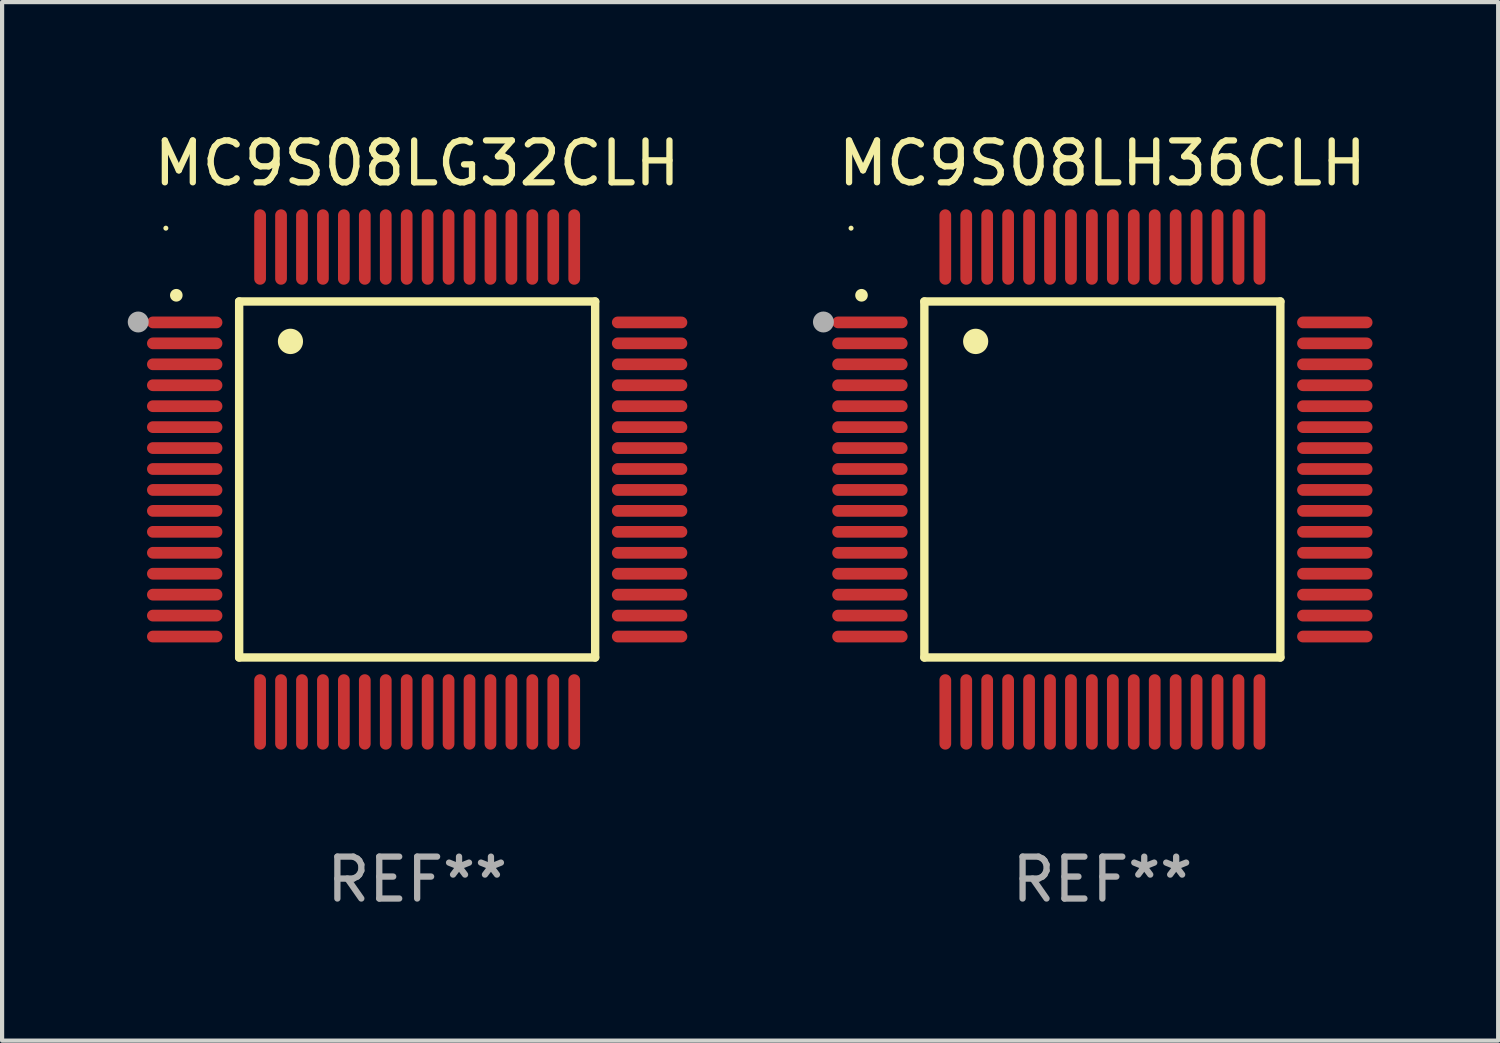
<source format=kicad_pcb>
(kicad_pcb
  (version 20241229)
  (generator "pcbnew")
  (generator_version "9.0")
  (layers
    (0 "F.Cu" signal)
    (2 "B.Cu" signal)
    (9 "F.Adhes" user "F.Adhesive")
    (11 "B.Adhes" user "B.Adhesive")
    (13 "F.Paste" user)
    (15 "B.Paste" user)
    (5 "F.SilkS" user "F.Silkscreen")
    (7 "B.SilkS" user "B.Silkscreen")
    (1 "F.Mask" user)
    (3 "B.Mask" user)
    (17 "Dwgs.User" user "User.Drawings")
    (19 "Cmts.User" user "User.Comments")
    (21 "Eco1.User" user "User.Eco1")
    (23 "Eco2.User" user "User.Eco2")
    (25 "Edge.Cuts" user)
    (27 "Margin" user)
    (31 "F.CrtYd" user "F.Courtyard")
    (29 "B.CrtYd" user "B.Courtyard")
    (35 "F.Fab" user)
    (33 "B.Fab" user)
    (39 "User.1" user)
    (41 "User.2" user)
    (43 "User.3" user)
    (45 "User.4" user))
  (footprint "MC9S08LH36CLH"
    (layer "F.Cu")
    (at 23.27 8.398)
    (property "Reference" "MC9S08LH36CLH" (at 0 -7.55 0) (layer "F.SilkS") (effects (font (size 1 1) (thickness 0.15))))
    (attr through_hole)
    (fp_line (start -4.25 -4.25) (end -4.25 4.25) (stroke (width 0.2) (type solid)) (layer "F.SilkS"))
    (fp_line (start -4.25 4.25) (end 4.25 4.25) (stroke (width 0.2) (type solid)) (layer "F.SilkS"))
    (fp_line (start 4.25 -4.25) (end -4.25 -4.25) (stroke (width 0.2) (type solid)) (layer "F.SilkS"))
    (fp_line (start 4.25 4.25) (end 4.25 -4.25) (stroke (width 0.2) (type solid)) (layer "F.SilkS"))
    (fp_arc (start -5.750572 -4.396749) (mid -5.750577 -4.398019) (end -5.750572 -4.399289) (stroke (width 0.3) (type solid)) (layer "F.SilkS"))
    (fp_arc (start -3.025146 -3.294387) (mid -3.025157 -3.296927) (end -3.025146 -3.299467) (stroke (width 0.6) (type solid)) (layer "F.SilkS"))
    (fp_circle (center -6 -6) (end -5.97 -6) (stroke (width 0.06) (type solid)) (fill no) (layer "F.SilkS"))
    (fp_circle (center -6.66 -3.76) (end -6.535 -3.76) (stroke (width 0.25) (type solid)) (fill no) (layer "F.Fab"))
    (fp_text user "REF**" (at 0 9.55 0) (layer "F.Fab") (effects (font (size 1 1) (thickness 0.15))))
    (pad "1" smd oval (at -5.55 -3.75) (size 1.8 0.28) (layers "F.Cu" "F.Mask" "F.Paste"))
    (pad "2" smd oval (at -5.55 -3.25) (size 1.8 0.28) (layers "F.Cu" "F.Mask" "F.Paste"))
    (pad "3" smd oval (at -5.55 -2.75) (size 1.8 0.28) (layers "F.Cu" "F.Mask" "F.Paste"))
    (pad "4" smd oval (at -5.55 -2.25) (size 1.8 0.28) (layers "F.Cu" "F.Mask" "F.Paste"))
    (pad "5" smd oval (at -5.55 -1.75) (size 1.8 0.28) (layers "F.Cu" "F.Mask" "F.Paste"))
    (pad "6" smd oval (at -5.55 -1.25) (size 1.8 0.28) (layers "F.Cu" "F.Mask" "F.Paste"))
    (pad "7" smd oval (at -5.55 -0.75) (size 1.8 0.28) (layers "F.Cu" "F.Mask" "F.Paste"))
    (pad "8" smd oval (at -5.55 -0.25) (size 1.8 0.28) (layers "F.Cu" "F.Mask" "F.Paste"))
    (pad "9" smd oval (at -5.55 0.25) (size 1.8 0.28) (layers "F.Cu" "F.Mask" "F.Paste"))
    (pad "10" smd oval (at -5.55 0.75) (size 1.8 0.28) (layers "F.Cu" "F.Mask" "F.Paste"))
    (pad "11" smd oval (at -5.55 1.25) (size 1.8 0.28) (layers "F.Cu" "F.Mask" "F.Paste"))
    (pad "12" smd oval (at -5.55 1.75) (size 1.8 0.28) (layers "F.Cu" "F.Mask" "F.Paste"))
    (pad "13" smd oval (at -5.55 2.25) (size 1.8 0.28) (layers "F.Cu" "F.Mask" "F.Paste"))
    (pad "14" smd oval (at -5.55 2.75) (size 1.8 0.28) (layers "F.Cu" "F.Mask" "F.Paste"))
    (pad "15" smd oval (at -5.55 3.25) (size 1.8 0.28) (layers "F.Cu" "F.Mask" "F.Paste"))
    (pad "16" smd oval (at -5.55 3.75) (size 1.8 0.28) (layers "F.Cu" "F.Mask" "F.Paste"))
    (pad "17" smd oval (at -3.75 5.55) (size 0.28 1.8) (layers "F.Cu" "F.Mask" "F.Paste"))
    (pad "18" smd oval (at -3.25 5.55) (size 0.28 1.8) (layers "F.Cu" "F.Mask" "F.Paste"))
    (pad "19" smd oval (at -2.75 5.55) (size 0.28 1.8) (layers "F.Cu" "F.Mask" "F.Paste"))
    (pad "20" smd oval (at -2.25 5.55) (size 0.28 1.8) (layers "F.Cu" "F.Mask" "F.Paste"))
    (pad "21" smd oval (at -1.75 5.55) (size 0.28 1.8) (layers "F.Cu" "F.Mask" "F.Paste"))
    (pad "22" smd oval (at -1.25 5.55) (size 0.28 1.8) (layers "F.Cu" "F.Mask" "F.Paste"))
    (pad "23" smd oval (at -0.75 5.55) (size 0.28 1.8) (layers "F.Cu" "F.Mask" "F.Paste"))
    (pad "24" smd oval (at -0.25 5.55) (size 0.28 1.8) (layers "F.Cu" "F.Mask" "F.Paste"))
    (pad "25" smd oval (at 0.25 5.55) (size 0.28 1.8) (layers "F.Cu" "F.Mask" "F.Paste"))
    (pad "26" smd oval (at 0.75 5.55) (size 0.28 1.8) (layers "F.Cu" "F.Mask" "F.Paste"))
    (pad "27" smd oval (at 1.25 5.55) (size 0.28 1.8) (layers "F.Cu" "F.Mask" "F.Paste"))
    (pad "28" smd oval (at 1.75 5.55) (size 0.28 1.8) (layers "F.Cu" "F.Mask" "F.Paste"))
    (pad "29" smd oval (at 2.25 5.55) (size 0.28 1.8) (layers "F.Cu" "F.Mask" "F.Paste"))
    (pad "30" smd oval (at 2.75 5.55) (size 0.28 1.8) (layers "F.Cu" "F.Mask" "F.Paste"))
    (pad "31" smd oval (at 3.25 5.55) (size 0.28 1.8) (layers "F.Cu" "F.Mask" "F.Paste"))
    (pad "32" smd oval (at 3.75 5.55) (size 0.28 1.8) (layers "F.Cu" "F.Mask" "F.Paste"))
    (pad "33" smd oval (at 5.55 3.75) (size 1.8 0.28) (layers "F.Cu" "F.Mask" "F.Paste"))
    (pad "34" smd oval (at 5.55 3.25) (size 1.8 0.28) (layers "F.Cu" "F.Mask" "F.Paste"))
    (pad "35" smd oval (at 5.55 2.75) (size 1.8 0.28) (layers "F.Cu" "F.Mask" "F.Paste"))
    (pad "36" smd oval (at 5.55 2.25) (size 1.8 0.28) (layers "F.Cu" "F.Mask" "F.Paste"))
    (pad "37" smd oval (at 5.55 1.75) (size 1.8 0.28) (layers "F.Cu" "F.Mask" "F.Paste"))
    (pad "38" smd oval (at 5.55 1.25) (size 1.8 0.28) (layers "F.Cu" "F.Mask" "F.Paste"))
    (pad "39" smd oval (at 5.55 0.75) (size 1.8 0.28) (layers "F.Cu" "F.Mask" "F.Paste"))
    (pad "40" smd oval (at 5.55 0.25) (size 1.8 0.28) (layers "F.Cu" "F.Mask" "F.Paste"))
    (pad "41" smd oval (at 5.55 -0.25) (size 1.8 0.28) (layers "F.Cu" "F.Mask" "F.Paste"))
    (pad "42" smd oval (at 5.55 -0.75) (size 1.8 0.28) (layers "F.Cu" "F.Mask" "F.Paste"))
    (pad "43" smd oval (at 5.55 -1.25) (size 1.8 0.28) (layers "F.Cu" "F.Mask" "F.Paste"))
    (pad "44" smd oval (at 5.55 -1.75) (size 1.8 0.28) (layers "F.Cu" "F.Mask" "F.Paste"))
    (pad "45" smd oval (at 5.55 -2.25) (size 1.8 0.28) (layers "F.Cu" "F.Mask" "F.Paste"))
    (pad "46" smd oval (at 5.55 -2.75) (size 1.8 0.28) (layers "F.Cu" "F.Mask" "F.Paste"))
    (pad "47" smd oval (at 5.55 -3.25) (size 1.8 0.28) (layers "F.Cu" "F.Mask" "F.Paste"))
    (pad "48" smd oval (at 5.55 -3.75) (size 1.8 0.28) (layers "F.Cu" "F.Mask" "F.Paste"))
    (pad "49" smd oval (at 3.75 -5.55) (size 0.28 1.8) (layers "F.Cu" "F.Mask" "F.Paste"))
    (pad "50" smd oval (at 3.25 -5.55) (size 0.28 1.8) (layers "F.Cu" "F.Mask" "F.Paste"))
    (pad "51" smd oval (at 2.75 -5.55) (size 0.28 1.8) (layers "F.Cu" "F.Mask" "F.Paste"))
    (pad "52" smd oval (at 2.25 -5.55) (size 0.28 1.8) (layers "F.Cu" "F.Mask" "F.Paste"))
    (pad "53" smd oval (at 1.75 -5.55) (size 0.28 1.8) (layers "F.Cu" "F.Mask" "F.Paste"))
    (pad "54" smd oval (at 1.25 -5.55) (size 0.28 1.8) (layers "F.Cu" "F.Mask" "F.Paste"))
    (pad "55" smd oval (at 0.75 -5.55) (size 0.28 1.8) (layers "F.Cu" "F.Mask" "F.Paste"))
    (pad "56" smd oval (at 0.25 -5.55) (size 0.28 1.8) (layers "F.Cu" "F.Mask" "F.Paste"))
    (pad "57" smd oval (at -0.25 -5.55) (size 0.28 1.8) (layers "F.Cu" "F.Mask" "F.Paste"))
    (pad "58" smd oval (at -0.75 -5.55) (size 0.28 1.8) (layers "F.Cu" "F.Mask" "F.Paste"))
    (pad "59" smd oval (at -1.25 -5.55) (size 0.28 1.8) (layers "F.Cu" "F.Mask" "F.Paste"))
    (pad "60" smd oval (at -1.75 -5.55) (size 0.28 1.8) (layers "F.Cu" "F.Mask" "F.Paste"))
    (pad "61" smd oval (at -2.25 -5.55) (size 0.28 1.8) (layers "F.Cu" "F.Mask" "F.Paste"))
    (pad "62" smd oval (at -2.75 -5.55) (size 0.28 1.8) (layers "F.Cu" "F.Mask" "F.Paste"))
    (pad "63" smd oval (at -3.25 -5.55) (size 0.28 1.8) (layers "F.Cu" "F.Mask" "F.Paste"))
    (pad "64" smd oval (at -3.75 -5.55) (size 0.28 1.8) (layers "F.Cu" "F.Mask" "F.Paste")))
  (footprint "MC9S08LG32CLH"
    (layer "F.Cu")
    (at 6.91 8.398)
    (property "Reference" "MC9S08LG32CLH" (at 0 -7.55 0) (layer "F.SilkS") (effects (font (size 1 1) (thickness 0.15))))
    (attr through_hole)
    (fp_line (start -4.25 -4.25) (end -4.25 4.25) (stroke (width 0.2) (type solid)) (layer "F.SilkS"))
    (fp_line (start -4.25 4.25) (end 4.25 4.25) (stroke (width 0.2) (type solid)) (layer "F.SilkS"))
    (fp_line (start 4.25 -4.25) (end -4.25 -4.25) (stroke (width 0.2) (type solid)) (layer "F.SilkS"))
    (fp_line (start 4.25 4.25) (end 4.25 -4.25) (stroke (width 0.2) (type solid)) (layer "F.SilkS"))
    (fp_arc (start -5.750572 -4.396749) (mid -5.750577 -4.398019) (end -5.750572 -4.399289) (stroke (width 0.3) (type solid)) (layer "F.SilkS"))
    (fp_arc (start -3.025146 -3.294387) (mid -3.025157 -3.296927) (end -3.025146 -3.299467) (stroke (width 0.6) (type solid)) (layer "F.SilkS"))
    (fp_circle (center -6 -6) (end -5.97 -6) (stroke (width 0.06) (type solid)) (fill no) (layer "F.SilkS"))
    (fp_circle (center -6.66 -3.76) (end -6.535 -3.76) (stroke (width 0.25) (type solid)) (fill no) (layer "F.Fab"))
    (fp_text user "REF**" (at 0 9.55 0) (layer "F.Fab") (effects (font (size 1 1) (thickness 0.15))))
    (pad "1" smd oval (at -5.55 -3.75) (size 1.8 0.28) (layers "F.Cu" "F.Mask" "F.Paste"))
    (pad "2" smd oval (at -5.55 -3.25) (size 1.8 0.28) (layers "F.Cu" "F.Mask" "F.Paste"))
    (pad "3" smd oval (at -5.55 -2.75) (size 1.8 0.28) (layers "F.Cu" "F.Mask" "F.Paste"))
    (pad "4" smd oval (at -5.55 -2.25) (size 1.8 0.28) (layers "F.Cu" "F.Mask" "F.Paste"))
    (pad "5" smd oval (at -5.55 -1.75) (size 1.8 0.28) (layers "F.Cu" "F.Mask" "F.Paste"))
    (pad "6" smd oval (at -5.55 -1.25) (size 1.8 0.28) (layers "F.Cu" "F.Mask" "F.Paste"))
    (pad "7" smd oval (at -5.55 -0.75) (size 1.8 0.28) (layers "F.Cu" "F.Mask" "F.Paste"))
    (pad "8" smd oval (at -5.55 -0.25) (size 1.8 0.28) (layers "F.Cu" "F.Mask" "F.Paste"))
    (pad "9" smd oval (at -5.55 0.25) (size 1.8 0.28) (layers "F.Cu" "F.Mask" "F.Paste"))
    (pad "10" smd oval (at -5.55 0.75) (size 1.8 0.28) (layers "F.Cu" "F.Mask" "F.Paste"))
    (pad "11" smd oval (at -5.55 1.25) (size 1.8 0.28) (layers "F.Cu" "F.Mask" "F.Paste"))
    (pad "12" smd oval (at -5.55 1.75) (size 1.8 0.28) (layers "F.Cu" "F.Mask" "F.Paste"))
    (pad "13" smd oval (at -5.55 2.25) (size 1.8 0.28) (layers "F.Cu" "F.Mask" "F.Paste"))
    (pad "14" smd oval (at -5.55 2.75) (size 1.8 0.28) (layers "F.Cu" "F.Mask" "F.Paste"))
    (pad "15" smd oval (at -5.55 3.25) (size 1.8 0.28) (layers "F.Cu" "F.Mask" "F.Paste"))
    (pad "16" smd oval (at -5.55 3.75) (size 1.8 0.28) (layers "F.Cu" "F.Mask" "F.Paste"))
    (pad "17" smd oval (at -3.75 5.55) (size 0.28 1.8) (layers "F.Cu" "F.Mask" "F.Paste"))
    (pad "18" smd oval (at -3.25 5.55) (size 0.28 1.8) (layers "F.Cu" "F.Mask" "F.Paste"))
    (pad "19" smd oval (at -2.75 5.55) (size 0.28 1.8) (layers "F.Cu" "F.Mask" "F.Paste"))
    (pad "20" smd oval (at -2.25 5.55) (size 0.28 1.8) (layers "F.Cu" "F.Mask" "F.Paste"))
    (pad "21" smd oval (at -1.75 5.55) (size 0.28 1.8) (layers "F.Cu" "F.Mask" "F.Paste"))
    (pad "22" smd oval (at -1.25 5.55) (size 0.28 1.8) (layers "F.Cu" "F.Mask" "F.Paste"))
    (pad "23" smd oval (at -0.75 5.55) (size 0.28 1.8) (layers "F.Cu" "F.Mask" "F.Paste"))
    (pad "24" smd oval (at -0.25 5.55) (size 0.28 1.8) (layers "F.Cu" "F.Mask" "F.Paste"))
    (pad "25" smd oval (at 0.25 5.55) (size 0.28 1.8) (layers "F.Cu" "F.Mask" "F.Paste"))
    (pad "26" smd oval (at 0.75 5.55) (size 0.28 1.8) (layers "F.Cu" "F.Mask" "F.Paste"))
    (pad "27" smd oval (at 1.25 5.55) (size 0.28 1.8) (layers "F.Cu" "F.Mask" "F.Paste"))
    (pad "28" smd oval (at 1.75 5.55) (size 0.28 1.8) (layers "F.Cu" "F.Mask" "F.Paste"))
    (pad "29" smd oval (at 2.25 5.55) (size 0.28 1.8) (layers "F.Cu" "F.Mask" "F.Paste"))
    (pad "30" smd oval (at 2.75 5.55) (size 0.28 1.8) (layers "F.Cu" "F.Mask" "F.Paste"))
    (pad "31" smd oval (at 3.25 5.55) (size 0.28 1.8) (layers "F.Cu" "F.Mask" "F.Paste"))
    (pad "32" smd oval (at 3.75 5.55) (size 0.28 1.8) (layers "F.Cu" "F.Mask" "F.Paste"))
    (pad "33" smd oval (at 5.55 3.75) (size 1.8 0.28) (layers "F.Cu" "F.Mask" "F.Paste"))
    (pad "34" smd oval (at 5.55 3.25) (size 1.8 0.28) (layers "F.Cu" "F.Mask" "F.Paste"))
    (pad "35" smd oval (at 5.55 2.75) (size 1.8 0.28) (layers "F.Cu" "F.Mask" "F.Paste"))
    (pad "36" smd oval (at 5.55 2.25) (size 1.8 0.28) (layers "F.Cu" "F.Mask" "F.Paste"))
    (pad "37" smd oval (at 5.55 1.75) (size 1.8 0.28) (layers "F.Cu" "F.Mask" "F.Paste"))
    (pad "38" smd oval (at 5.55 1.25) (size 1.8 0.28) (layers "F.Cu" "F.Mask" "F.Paste"))
    (pad "39" smd oval (at 5.55 0.75) (size 1.8 0.28) (layers "F.Cu" "F.Mask" "F.Paste"))
    (pad "40" smd oval (at 5.55 0.25) (size 1.8 0.28) (layers "F.Cu" "F.Mask" "F.Paste"))
    (pad "41" smd oval (at 5.55 -0.25) (size 1.8 0.28) (layers "F.Cu" "F.Mask" "F.Paste"))
    (pad "42" smd oval (at 5.55 -0.75) (size 1.8 0.28) (layers "F.Cu" "F.Mask" "F.Paste"))
    (pad "43" smd oval (at 5.55 -1.25) (size 1.8 0.28) (layers "F.Cu" "F.Mask" "F.Paste"))
    (pad "44" smd oval (at 5.55 -1.75) (size 1.8 0.28) (layers "F.Cu" "F.Mask" "F.Paste"))
    (pad "45" smd oval (at 5.55 -2.25) (size 1.8 0.28) (layers "F.Cu" "F.Mask" "F.Paste"))
    (pad "46" smd oval (at 5.55 -2.75) (size 1.8 0.28) (layers "F.Cu" "F.Mask" "F.Paste"))
    (pad "47" smd oval (at 5.55 -3.25) (size 1.8 0.28) (layers "F.Cu" "F.Mask" "F.Paste"))
    (pad "48" smd oval (at 5.55 -3.75) (size 1.8 0.28) (layers "F.Cu" "F.Mask" "F.Paste"))
    (pad "49" smd oval (at 3.75 -5.55) (size 0.28 1.8) (layers "F.Cu" "F.Mask" "F.Paste"))
    (pad "50" smd oval (at 3.25 -5.55) (size 0.28 1.8) (layers "F.Cu" "F.Mask" "F.Paste"))
    (pad "51" smd oval (at 2.75 -5.55) (size 0.28 1.8) (layers "F.Cu" "F.Mask" "F.Paste"))
    (pad "52" smd oval (at 2.25 -5.55) (size 0.28 1.8) (layers "F.Cu" "F.Mask" "F.Paste"))
    (pad "53" smd oval (at 1.75 -5.55) (size 0.28 1.8) (layers "F.Cu" "F.Mask" "F.Paste"))
    (pad "54" smd oval (at 1.25 -5.55) (size 0.28 1.8) (layers "F.Cu" "F.Mask" "F.Paste"))
    (pad "55" smd oval (at 0.75 -5.55) (size 0.28 1.8) (layers "F.Cu" "F.Mask" "F.Paste"))
    (pad "56" smd oval (at 0.25 -5.55) (size 0.28 1.8) (layers "F.Cu" "F.Mask" "F.Paste"))
    (pad "57" smd oval (at -0.25 -5.55) (size 0.28 1.8) (layers "F.Cu" "F.Mask" "F.Paste"))
    (pad "58" smd oval (at -0.75 -5.55) (size 0.28 1.8) (layers "F.Cu" "F.Mask" "F.Paste"))
    (pad "59" smd oval (at -1.25 -5.55) (size 0.28 1.8) (layers "F.Cu" "F.Mask" "F.Paste"))
    (pad "60" smd oval (at -1.75 -5.55) (size 0.28 1.8) (layers "F.Cu" "F.Mask" "F.Paste"))
    (pad "61" smd oval (at -2.25 -5.55) (size 0.28 1.8) (layers "F.Cu" "F.Mask" "F.Paste"))
    (pad "62" smd oval (at -2.75 -5.55) (size 0.28 1.8) (layers "F.Cu" "F.Mask" "F.Paste"))
    (pad "63" smd oval (at -3.25 -5.55) (size 0.28 1.8) (layers "F.Cu" "F.Mask" "F.Paste"))
    (pad "64" smd oval (at -3.75 -5.55) (size 0.28 1.8) (layers "F.Cu" "F.Mask" "F.Paste")))
  (gr_rect
    (start -3 -3)
    (end 32.72 21.796)
    (stroke (width 0.1) (type default))
    (fill no)
    (layer "Edge.Cuts")))
</source>
